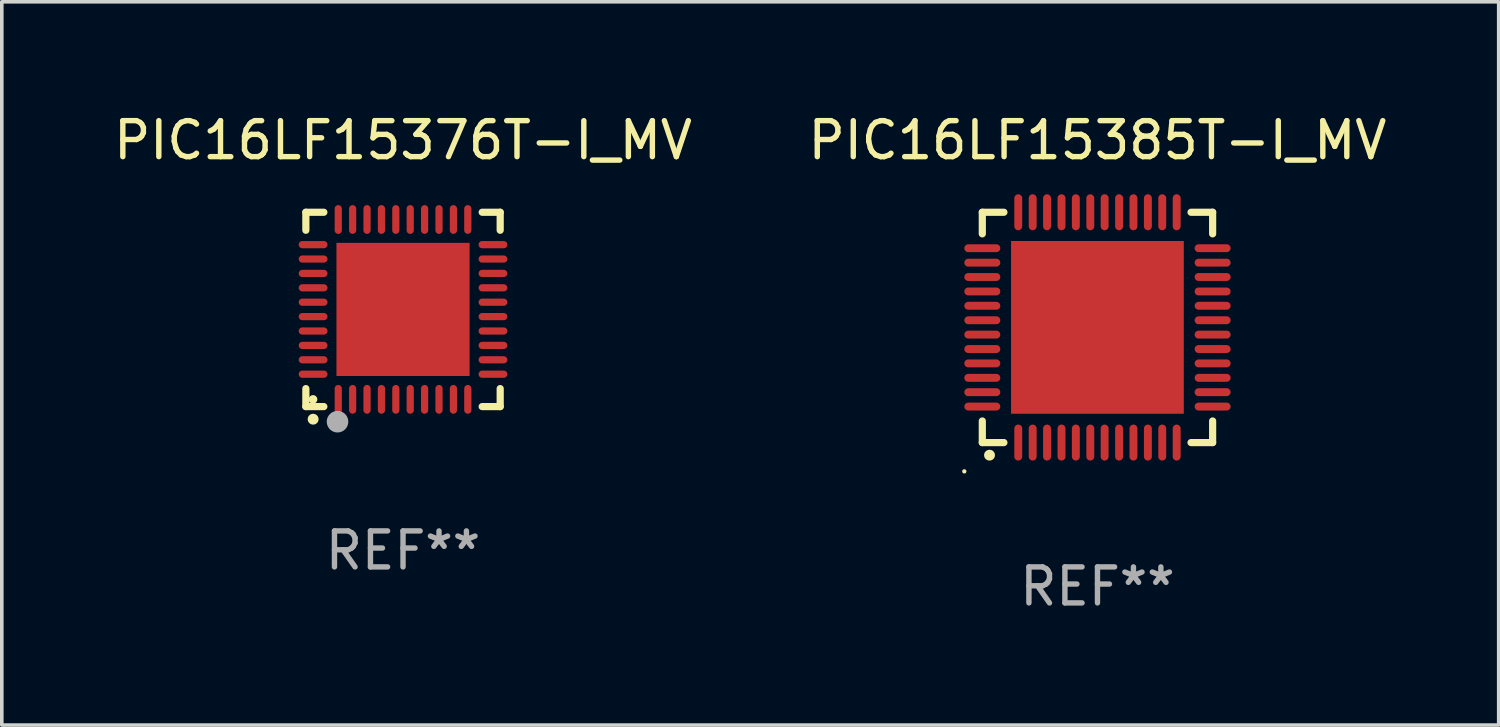
<source format=kicad_pcb>
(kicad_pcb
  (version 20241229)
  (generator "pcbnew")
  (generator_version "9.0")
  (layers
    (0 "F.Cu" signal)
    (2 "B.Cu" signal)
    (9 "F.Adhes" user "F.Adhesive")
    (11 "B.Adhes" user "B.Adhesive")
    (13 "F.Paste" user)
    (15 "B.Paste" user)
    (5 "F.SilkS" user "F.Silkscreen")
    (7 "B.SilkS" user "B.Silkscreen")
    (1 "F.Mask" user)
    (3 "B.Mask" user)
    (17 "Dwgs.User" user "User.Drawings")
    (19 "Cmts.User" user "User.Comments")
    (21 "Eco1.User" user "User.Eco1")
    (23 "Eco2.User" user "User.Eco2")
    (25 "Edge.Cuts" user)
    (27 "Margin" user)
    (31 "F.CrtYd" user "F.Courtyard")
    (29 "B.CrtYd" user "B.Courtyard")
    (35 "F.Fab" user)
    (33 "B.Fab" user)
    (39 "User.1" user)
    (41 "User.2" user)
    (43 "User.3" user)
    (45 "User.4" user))
  (footprint "PIC16LF15385T-I_MV"
    (layer "F.Cu")
    (at 27.446 6.048)
    (property "Reference" "PIC16LF15385T-I_MV" (at 0 -5.2 0) (layer "F.SilkS") (effects (font (size 1 1) (thickness 0.15))))
    (attr through_hole)
    (fp_line (start -3.2 -3.2) (end -2.6 -3.2) (stroke (width 0.2) (type solid)) (layer "F.SilkS"))
    (fp_line (start -3.2 -2.6) (end -3.2 -3.2) (stroke (width 0.2) (type solid)) (layer "F.SilkS"))
    (fp_line (start -3.2 3.2) (end -3.2 2.6) (stroke (width 0.2) (type solid)) (layer "F.SilkS"))
    (fp_line (start -2.6 3.2) (end -3.2 3.2) (stroke (width 0.2) (type solid)) (layer "F.SilkS"))
    (fp_line (start 3.2 -3.2) (end 2.6 -3.2) (stroke (width 0.2) (type solid)) (layer "F.SilkS"))
    (fp_line (start 3.2 -2.6) (end 3.2 -3.2) (stroke (width 0.2) (type solid)) (layer "F.SilkS"))
    (fp_line (start 3.2 2.6) (end 3.2 3.2) (stroke (width 0.2) (type solid)) (layer "F.SilkS"))
    (fp_line (start 3.2 3.2) (end 2.6 3.2) (stroke (width 0.2) (type solid)) (layer "F.SilkS"))
    (fp_arc (start -3.00094 3.54986) (mid -2.99967 3.549855) (end -2.9984 3.54986) (stroke (width 0.3) (type solid)) (layer "F.SilkS"))
    (fp_circle (center -3.7 4) (end -3.67 4) (stroke (width 0.06) (type solid)) (fill no) (layer "F.SilkS"))
    (fp_text user "REF**" (at 0 7.2 0) (layer "F.Fab") (effects (font (size 1 1) (thickness 0.15))))
    (pad "1" smd oval (at -2.201 3.2) (size 0.22 1) (layers "F.Cu" "F.Mask" "F.Paste"))
    (pad "2" smd oval (at -1.8 3.2) (size 0.22 1) (layers "F.Cu" "F.Mask" "F.Paste"))
    (pad "3" smd oval (at -1.401 3.2) (size 0.22 1) (layers "F.Cu" "F.Mask" "F.Paste"))
    (pad "4" smd oval (at -0.999 3.2) (size 0.22 1) (layers "F.Cu" "F.Mask" "F.Paste"))
    (pad "5" smd oval (at -0.601 3.2) (size 0.22 1) (layers "F.Cu" "F.Mask" "F.Paste"))
    (pad "6" smd oval (at -0.199 3.2) (size 0.22 1) (layers "F.Cu" "F.Mask" "F.Paste"))
    (pad "7" smd oval (at 0.199 3.2) (size 0.22 1) (layers "F.Cu" "F.Mask" "F.Paste"))
    (pad "8" smd oval (at 0.601 3.2) (size 0.22 1) (layers "F.Cu" "F.Mask" "F.Paste"))
    (pad "9" smd oval (at 1 3.2) (size 0.22 1) (layers "F.Cu" "F.Mask" "F.Paste"))
    (pad "10" smd oval (at 1.401 3.2) (size 0.22 1) (layers "F.Cu" "F.Mask" "F.Paste"))
    (pad "11" smd oval (at 1.8 3.2) (size 0.22 1) (layers "F.Cu" "F.Mask" "F.Paste"))
    (pad "12" smd oval (at 2.201 3.2) (size 0.22 1) (layers "F.Cu" "F.Mask" "F.Paste"))
    (pad "13" smd oval (at 3.2 2.199 90) (size 0.22 1) (layers "F.Cu" "F.Mask" "F.Paste"))
    (pad "14" smd oval (at 3.2 1.8 90) (size 0.22 1) (layers "F.Cu" "F.Mask" "F.Paste"))
    (pad "15" smd oval (at 3.2 1.401 90) (size 0.22 1) (layers "F.Cu" "F.Mask" "F.Paste"))
    (pad "16" smd oval (at 3.2 1 90) (size 0.22 1) (layers "F.Cu" "F.Mask" "F.Paste"))
    (pad "17" smd oval (at 3.2 0.601 90) (size 0.22 1) (layers "F.Cu" "F.Mask" "F.Paste"))
    (pad "18" smd oval (at 3.2 0.2 90) (size 0.22 1) (layers "F.Cu" "F.Mask" "F.Paste"))
    (pad "19" smd oval (at 3.2 -0.199 90) (size 0.22 1) (layers "F.Cu" "F.Mask" "F.Paste"))
    (pad "20" smd oval (at 3.2 -0.601 90) (size 0.22 1) (layers "F.Cu" "F.Mask" "F.Paste"))
    (pad "21" smd oval (at 3.2 -0.999 90) (size 0.22 1) (layers "F.Cu" "F.Mask" "F.Paste"))
    (pad "22" smd oval (at 3.2 -1.401 90) (size 0.22 1) (layers "F.Cu" "F.Mask" "F.Paste"))
    (pad "23" smd oval (at 3.2 -1.799 90) (size 0.22 1) (layers "F.Cu" "F.Mask" "F.Paste"))
    (pad "24" smd oval (at 3.2 -2.201 90) (size 0.22 1) (layers "F.Cu" "F.Mask" "F.Paste"))
    (pad "25" smd oval (at 2.201 -3.2 180) (size 0.22 1) (layers "F.Cu" "F.Mask" "F.Paste"))
    (pad "26" smd oval (at 1.8 -3.2 180) (size 0.22 1) (layers "F.Cu" "F.Mask" "F.Paste"))
    (pad "27" smd oval (at 1.401 -3.2 180) (size 0.22 1) (layers "F.Cu" "F.Mask" "F.Paste"))
    (pad "28" smd oval (at 1 -3.2 180) (size 0.22 1) (layers "F.Cu" "F.Mask" "F.Paste"))
    (pad "29" smd oval (at 0.601 -3.2 180) (size 0.22 1) (layers "F.Cu" "F.Mask" "F.Paste"))
    (pad "30" smd oval (at 0.199 -3.2 180) (size 0.22 1) (layers "F.Cu" "F.Mask" "F.Paste"))
    (pad "31" smd oval (at -0.199 -3.2 180) (size 0.22 1) (layers "F.Cu" "F.Mask" "F.Paste"))
    (pad "32" smd oval (at -0.601 -3.2 180) (size 0.22 1) (layers "F.Cu" "F.Mask" "F.Paste"))
    (pad "33" smd oval (at -0.999 -3.2 180) (size 0.22 1) (layers "F.Cu" "F.Mask" "F.Paste"))
    (pad "34" smd oval (at -1.401 -3.2 180) (size 0.22 1) (layers "F.Cu" "F.Mask" "F.Paste"))
    (pad "35" smd oval (at -1.8 -3.2 180) (size 0.22 1) (layers "F.Cu" "F.Mask" "F.Paste"))
    (pad "36" smd oval (at -2.201 -3.2 180) (size 0.22 1) (layers "F.Cu" "F.Mask" "F.Paste"))
    (pad "37" smd oval (at -3.2 -2.201 270) (size 0.22 1) (layers "F.Cu" "F.Mask" "F.Paste"))
    (pad "38" smd oval (at -3.2 -1.799 270) (size 0.22 1) (layers "F.Cu" "F.Mask" "F.Paste"))
    (pad "39" smd oval (at -3.2 -1.401 270) (size 0.22 1) (layers "F.Cu" "F.Mask" "F.Paste"))
    (pad "40" smd oval (at -3.2 -0.999 270) (size 0.22 1) (layers "F.Cu" "F.Mask" "F.Paste"))
    (pad "41" smd oval (at -3.2 -0.601 270) (size 0.22 1) (layers "F.Cu" "F.Mask" "F.Paste"))
    (pad "42" smd oval (at -3.2 -0.199 270) (size 0.22 1) (layers "F.Cu" "F.Mask" "F.Paste"))
    (pad "43" smd oval (at -3.2 0.2 270) (size 0.22 1) (layers "F.Cu" "F.Mask" "F.Paste"))
    (pad "44" smd oval (at -3.2 0.601 270) (size 0.22 1) (layers "F.Cu" "F.Mask" "F.Paste"))
    (pad "45" smd oval (at -3.2 1 270) (size 0.22 1) (layers "F.Cu" "F.Mask" "F.Paste"))
    (pad "46" smd oval (at -3.2 1.401 270) (size 0.22 1) (layers "F.Cu" "F.Mask" "F.Paste"))
    (pad "47" smd oval (at -3.2 1.8 270) (size 0.22 1) (layers "F.Cu" "F.Mask" "F.Paste"))
    (pad "48" smd oval (at -3.2 2.199 270) (size 0.22 1) (layers "F.Cu" "F.Mask" "F.Paste"))
    (pad "49" smd rect (at -0.001 -0.001 90) (size 4.8 4.8) (layers "F.Cu" "F.Mask" "F.Paste")))
  (footprint "PIC16LF15376T-I_MV"
    (layer "F.Cu")
    (at 8.149 5.548)
    (property "Reference" "PIC16LF15376T-I_MV" (at 0 -4.7 0) (layer "F.SilkS") (effects (font (size 1 1) (thickness 0.15))))
    (attr through_hole)
    (fp_line (start -2.7 -2.7) (end -2.7 -2.2) (stroke (width 0.2) (type solid)) (layer "F.SilkS"))
    (fp_line (start -2.7 2.7) (end -2.7 2.2) (stroke (width 0.2) (type solid)) (layer "F.SilkS"))
    (fp_line (start -2.2 -2.7) (end -2.7 -2.7) (stroke (width 0.2) (type solid)) (layer "F.SilkS"))
    (fp_line (start -2.2 2.7) (end -2.7 2.7) (stroke (width 0.2) (type solid)) (layer "F.SilkS"))
    (fp_line (start 2.7 -2.7) (end 2.2 -2.7) (stroke (width 0.2) (type solid)) (layer "F.SilkS"))
    (fp_line (start 2.7 -2.2) (end 2.7 -2.7) (stroke (width 0.2) (type solid)) (layer "F.SilkS"))
    (fp_line (start 2.7 2.2) (end 2.7 2.7) (stroke (width 0.2) (type solid)) (layer "F.SilkS"))
    (fp_line (start 2.7 2.7) (end 2.2 2.7) (stroke (width 0.2) (type solid)) (layer "F.SilkS"))
    (fp_arc (start -2.499365 3.050546) (mid -2.498095 3.050541) (end -2.496825 3.050546) (stroke (width 0.3) (type solid)) (layer "F.SilkS"))
    (fp_circle (center -2.5 2.5) (end -2.44 2.5) (stroke (width 0.12) (type solid)) (fill no) (layer "F.SilkS"))
    (fp_circle (center -1.82 3.12) (end -1.67 3.12) (stroke (width 0.3) (type solid)) (fill no) (layer "F.Fab"))
    (fp_text user "REF**" (at 0 6.7 0) (layer "F.Fab") (effects (font (size 1 1) (thickness 0.15))))
    (pad "1" smd oval (at -1.8 2.499) (size 0.2 0.8) (layers "F.Cu" "F.Mask" "F.Paste"))
    (pad "2" smd oval (at -1.4 2.499) (size 0.2 0.8) (layers "F.Cu" "F.Mask" "F.Paste"))
    (pad "3" smd oval (at -1 2.499) (size 0.2 0.8) (layers "F.Cu" "F.Mask" "F.Paste"))
    (pad "4" smd oval (at -0.6 2.499) (size 0.2 0.8) (layers "F.Cu" "F.Mask" "F.Paste"))
    (pad "5" smd oval (at -0.2 2.499) (size 0.2 0.8) (layers "F.Cu" "F.Mask" "F.Paste"))
    (pad "6" smd oval (at 0.2 2.499) (size 0.2 0.8) (layers "F.Cu" "F.Mask" "F.Paste"))
    (pad "7" smd oval (at 0.6 2.499) (size 0.2 0.8) (layers "F.Cu" "F.Mask" "F.Paste"))
    (pad "8" smd oval (at 1 2.499) (size 0.2 0.8) (layers "F.Cu" "F.Mask" "F.Paste"))
    (pad "9" smd oval (at 1.4 2.499) (size 0.2 0.8) (layers "F.Cu" "F.Mask" "F.Paste"))
    (pad "10" smd oval (at 1.8 2.499) (size 0.2 0.8) (layers "F.Cu" "F.Mask" "F.Paste"))
    (pad "11" smd oval (at 2.499 1.8) (size 0.8 0.2) (layers "F.Cu" "F.Mask" "F.Paste"))
    (pad "12" smd oval (at 2.499 1.4) (size 0.8 0.2) (layers "F.Cu" "F.Mask" "F.Paste"))
    (pad "13" smd oval (at 2.499 1) (size 0.8 0.2) (layers "F.Cu" "F.Mask" "F.Paste"))
    (pad "14" smd oval (at 2.499 0.6) (size 0.8 0.2) (layers "F.Cu" "F.Mask" "F.Paste"))
    (pad "15" smd oval (at 2.499 0.2) (size 0.8 0.2) (layers "F.Cu" "F.Mask" "F.Paste"))
    (pad "16" smd oval (at 2.499 -0.2) (size 0.8 0.2) (layers "F.Cu" "F.Mask" "F.Paste"))
    (pad "17" smd oval (at 2.499 -0.6) (size 0.8 0.2) (layers "F.Cu" "F.Mask" "F.Paste"))
    (pad "18" smd oval (at 2.499 -1) (size 0.8 0.2) (layers "F.Cu" "F.Mask" "F.Paste"))
    (pad "19" smd oval (at 2.499 -1.4) (size 0.8 0.2) (layers "F.Cu" "F.Mask" "F.Paste"))
    (pad "20" smd oval (at 2.499 -1.8) (size 0.8 0.2) (layers "F.Cu" "F.Mask" "F.Paste"))
    (pad "21" smd oval (at 1.8 -2.499) (size 0.2 0.8) (layers "F.Cu" "F.Mask" "F.Paste"))
    (pad "22" smd oval (at 1.4 -2.499) (size 0.2 0.8) (layers "F.Cu" "F.Mask" "F.Paste"))
    (pad "23" smd oval (at 1 -2.499) (size 0.2 0.8) (layers "F.Cu" "F.Mask" "F.Paste"))
    (pad "24" smd oval (at 0.6 -2.499) (size 0.2 0.8) (layers "F.Cu" "F.Mask" "F.Paste"))
    (pad "25" smd oval (at 0.2 -2.499) (size 0.2 0.8) (layers "F.Cu" "F.Mask" "F.Paste"))
    (pad "26" smd oval (at -0.2 -2.499) (size 0.2 0.8) (layers "F.Cu" "F.Mask" "F.Paste"))
    (pad "27" smd oval (at -0.6 -2.499) (size 0.2 0.8) (layers "F.Cu" "F.Mask" "F.Paste"))
    (pad "28" smd oval (at -1 -2.499) (size 0.2 0.8) (layers "F.Cu" "F.Mask" "F.Paste"))
    (pad "29" smd oval (at -1.4 -2.499) (size 0.2 0.8) (layers "F.Cu" "F.Mask" "F.Paste"))
    (pad "30" smd oval (at -1.8 -2.499) (size 0.2 0.8) (layers "F.Cu" "F.Mask" "F.Paste"))
    (pad "31" smd oval (at -2.499 -1.8) (size 0.8 0.2) (layers "F.Cu" "F.Mask" "F.Paste"))
    (pad "32" smd oval (at -2.499 -1.4) (size 0.8 0.2) (layers "F.Cu" "F.Mask" "F.Paste"))
    (pad "33" smd oval (at -2.499 -1) (size 0.8 0.2) (layers "F.Cu" "F.Mask" "F.Paste"))
    (pad "34" smd oval (at -2.499 -0.6) (size 0.8 0.2) (layers "F.Cu" "F.Mask" "F.Paste"))
    (pad "35" smd oval (at -2.499 -0.2) (size 0.8 0.2) (layers "F.Cu" "F.Mask" "F.Paste"))
    (pad "36" smd oval (at -2.499 0.2) (size 0.8 0.2) (layers "F.Cu" "F.Mask" "F.Paste"))
    (pad "37" smd oval (at -2.499 0.6) (size 0.8 0.2) (layers "F.Cu" "F.Mask" "F.Paste"))
    (pad "38" smd oval (at -2.499 1) (size 0.8 0.2) (layers "F.Cu" "F.Mask" "F.Paste"))
    (pad "39" smd oval (at -2.499 1.4) (size 0.8 0.2) (layers "F.Cu" "F.Mask" "F.Paste"))
    (pad "40" smd oval (at -2.499 1.8) (size 0.8 0.2) (layers "F.Cu" "F.Mask" "F.Paste"))
    (pad "41" smd rect (at 0 0) (size 3.7 3.7) (layers "F.Cu" "F.Mask" "F.Paste")))
  (gr_rect
    (start -3 -3)
    (end 38.595 17.097)
    (stroke (width 0.1) (type default))
    (fill no)
    (layer "Edge.Cuts")))
</source>
